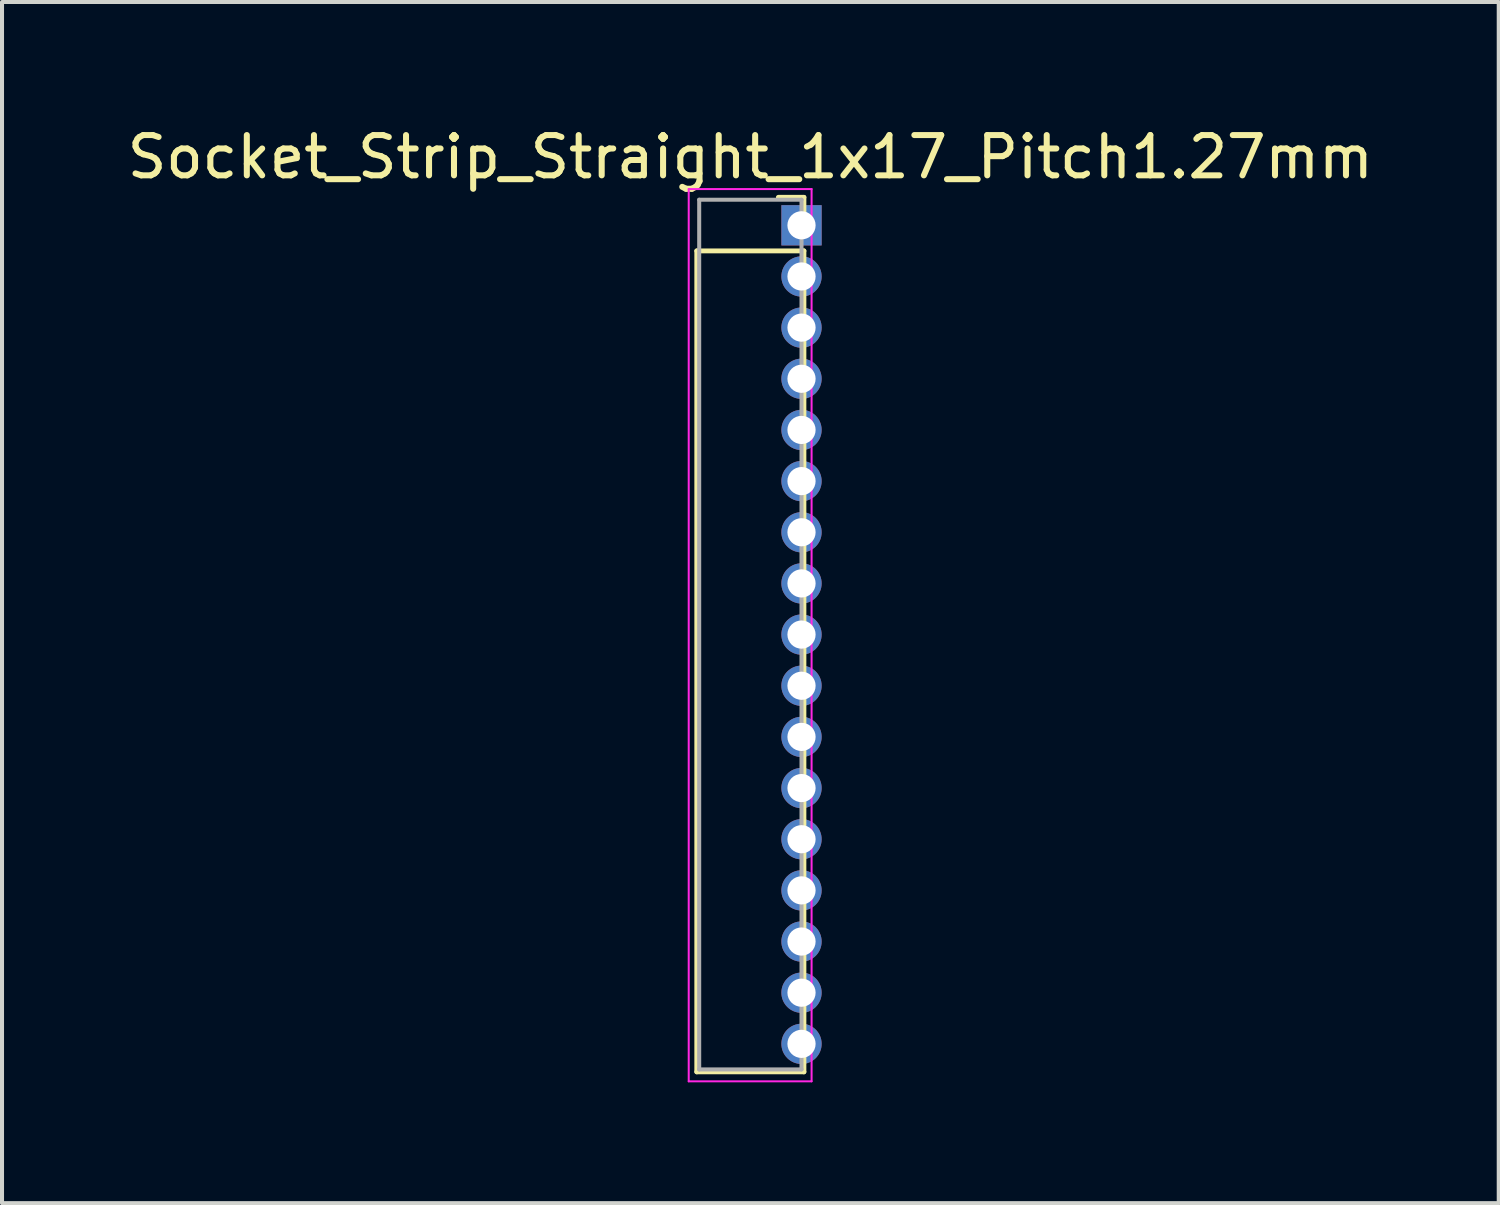
<source format=kicad_pcb>
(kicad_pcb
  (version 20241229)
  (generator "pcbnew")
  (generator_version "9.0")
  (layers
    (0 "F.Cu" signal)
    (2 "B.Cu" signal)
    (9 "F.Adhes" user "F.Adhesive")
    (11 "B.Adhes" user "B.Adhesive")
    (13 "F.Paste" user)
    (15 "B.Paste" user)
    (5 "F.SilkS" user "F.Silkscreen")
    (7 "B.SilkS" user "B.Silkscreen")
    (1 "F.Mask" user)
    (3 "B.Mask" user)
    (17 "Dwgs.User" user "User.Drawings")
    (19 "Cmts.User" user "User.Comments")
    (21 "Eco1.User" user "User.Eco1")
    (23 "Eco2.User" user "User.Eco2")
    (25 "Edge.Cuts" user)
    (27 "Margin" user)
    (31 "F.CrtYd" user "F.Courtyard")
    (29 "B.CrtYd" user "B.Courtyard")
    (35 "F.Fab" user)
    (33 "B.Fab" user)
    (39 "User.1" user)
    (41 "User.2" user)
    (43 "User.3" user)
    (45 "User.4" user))
  (footprint "Socket_Strip_Straight_1x17_Pitch1.27mm"
    (layer "F.Cu")
    (at 16.847 2.543)
    (property "Reference" "Socket_Strip_Straight_1x17_Pitch1.27mm" (at -1.27 -1.695 0) (layer "F.SilkS") (effects (font (size 1 1) (thickness 0.15))))
    (attr through_hole)
    (fp_line (start -2.6 0.635) (end -2.6 21.015) (stroke (width 0.12) (type solid)) (layer "F.SilkS"))
    (fp_line (start -2.6 21.015) (end 0.06 21.015) (stroke (width 0.12) (type solid)) (layer "F.SilkS"))
    (fp_line (start 0.06 -0.695) (end -0.575 -0.695) (stroke (width 0.12) (type solid)) (layer "F.SilkS"))
    (fp_line (start 0.06 0) (end 0.06 -0.695) (stroke (width 0.12) (type solid)) (layer "F.SilkS"))
    (fp_line (start 0.06 0.635) (end -2.6 0.635) (stroke (width 0.12) (type solid)) (layer "F.SilkS"))
    (fp_line (start 0.06 21.015) (end 0.06 0.635) (stroke (width 0.12) (type solid)) (layer "F.SilkS"))
    (fp_line (start -2.8 -0.9) (end -2.8 21.25) (stroke (width 0.05) (type solid)) (layer "F.CrtYd"))
    (fp_line (start -2.8 21.25) (end 0.25 21.25) (stroke (width 0.05) (type solid)) (layer "F.CrtYd"))
    (fp_line (start 0.25 -0.9) (end -2.8 -0.9) (stroke (width 0.05) (type solid)) (layer "F.CrtYd"))
    (fp_line (start 0.25 21.25) (end 0.25 -0.9) (stroke (width 0.05) (type solid)) (layer "F.CrtYd"))
    (fp_line (start -2.54 -0.635) (end -2.54 20.955) (stroke (width 0.1) (type solid)) (layer "F.Fab"))
    (fp_line (start -2.54 20.955) (end 0 20.955) (stroke (width 0.1) (type solid)) (layer "F.Fab"))
    (fp_line (start 0 -0.635) (end -2.54 -0.635) (stroke (width 0.1) (type solid)) (layer "F.Fab"))
    (fp_line (start 0 20.955) (end 0 -0.635) (stroke (width 0.1) (type solid)) (layer "F.Fab"))
    (pad "1" thru_hole rect (at 0 0) (size 1 1) (drill 0.7) (layers "*.Cu" "*.Mask"))
    (pad "2" thru_hole oval (at 0 1.27) (size 1 1) (drill 0.7) (layers "*.Cu" "*.Mask"))
    (pad "3" thru_hole oval (at 0 2.54) (size 1 1) (drill 0.7) (layers "*.Cu" "*.Mask"))
    (pad "4" thru_hole oval (at 0 3.81) (size 1 1) (drill 0.7) (layers "*.Cu" "*.Mask"))
    (pad "5" thru_hole oval (at 0 5.08) (size 1 1) (drill 0.7) (layers "*.Cu" "*.Mask"))
    (pad "6" thru_hole oval (at 0 6.35) (size 1 1) (drill 0.7) (layers "*.Cu" "*.Mask"))
    (pad "7" thru_hole oval (at 0 7.62) (size 1 1) (drill 0.7) (layers "*.Cu" "*.Mask"))
    (pad "8" thru_hole oval (at 0 8.89) (size 1 1) (drill 0.7) (layers "*.Cu" "*.Mask"))
    (pad "9" thru_hole oval (at 0 10.16) (size 1 1) (drill 0.7) (layers "*.Cu" "*.Mask"))
    (pad "10" thru_hole oval (at 0 11.43) (size 1 1) (drill 0.7) (layers "*.Cu" "*.Mask"))
    (pad "11" thru_hole oval (at 0 12.7) (size 1 1) (drill 0.7) (layers "*.Cu" "*.Mask"))
    (pad "12" thru_hole oval (at 0 13.97) (size 1 1) (drill 0.7) (layers "*.Cu" "*.Mask"))
    (pad "13" thru_hole oval (at 0 15.24) (size 1 1) (drill 0.7) (layers "*.Cu" "*.Mask"))
    (pad "14" thru_hole oval (at 0 16.51) (size 1 1) (drill 0.7) (layers "*.Cu" "*.Mask"))
    (pad "15" thru_hole oval (at 0 17.78) (size 1 1) (drill 0.7) (layers "*.Cu" "*.Mask"))
    (pad "16" thru_hole oval (at 0 19.05) (size 1 1) (drill 0.7) (layers "*.Cu" "*.Mask"))
    (pad "17" thru_hole oval (at 0 20.32) (size 1 1) (drill 0.7) (layers "*.Cu" "*.Mask")))
  (gr_rect
    (start -3 -3)
    (end 34.155 26.818)
    (stroke (width 0.1) (type default))
    (fill no)
    (layer "Edge.Cuts")))
</source>
